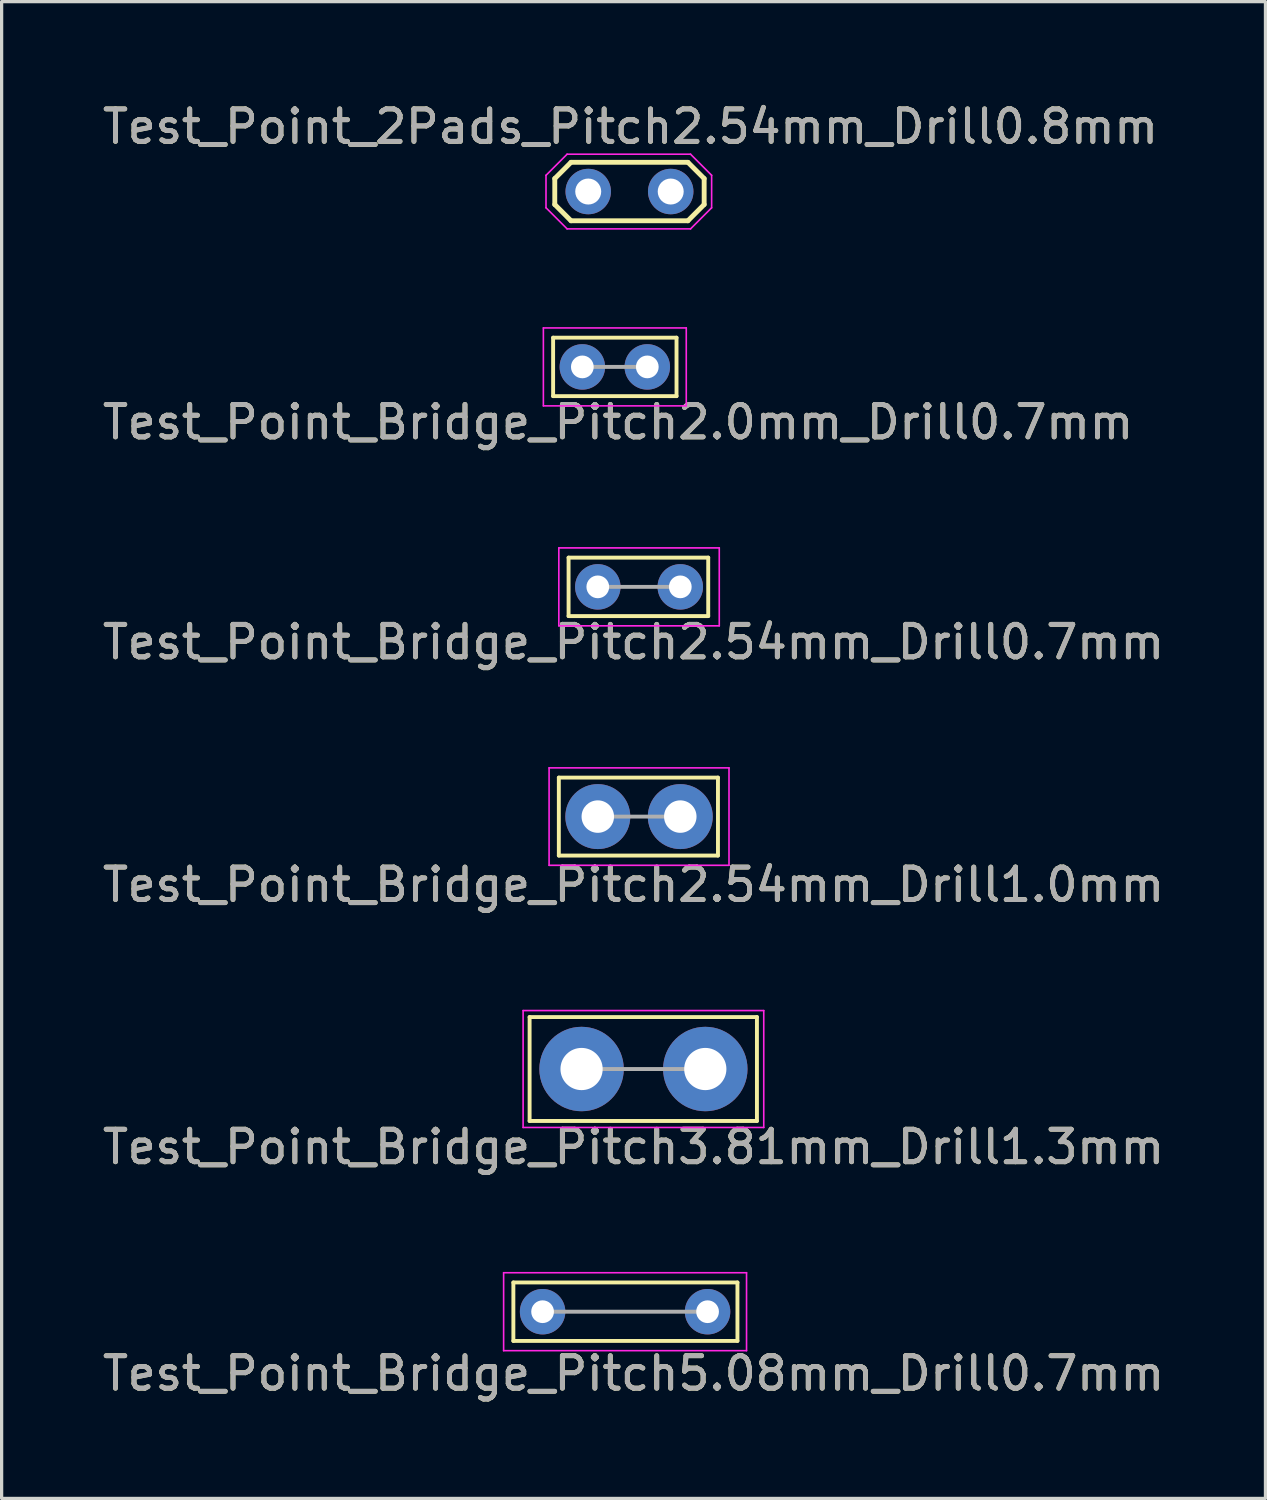
<source format=kicad_pcb>
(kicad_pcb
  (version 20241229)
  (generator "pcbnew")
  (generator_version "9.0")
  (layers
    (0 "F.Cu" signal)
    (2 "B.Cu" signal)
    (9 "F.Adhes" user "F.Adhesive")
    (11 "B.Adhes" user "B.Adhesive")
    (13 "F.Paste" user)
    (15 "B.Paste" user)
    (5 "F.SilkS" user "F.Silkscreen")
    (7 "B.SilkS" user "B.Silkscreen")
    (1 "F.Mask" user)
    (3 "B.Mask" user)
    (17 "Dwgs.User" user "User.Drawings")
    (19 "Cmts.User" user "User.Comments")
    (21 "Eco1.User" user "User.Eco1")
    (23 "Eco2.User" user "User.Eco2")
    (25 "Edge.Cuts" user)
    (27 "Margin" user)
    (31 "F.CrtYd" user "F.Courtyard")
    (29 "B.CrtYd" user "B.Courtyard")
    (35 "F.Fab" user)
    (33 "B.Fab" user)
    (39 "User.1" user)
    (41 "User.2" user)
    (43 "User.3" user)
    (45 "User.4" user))
  (footprint "Test_Point_Bridge_Pitch2.54mm_Drill0.7mm"
    (layer "F.Cu")
    (at 15.358 15.021)
    (property "Reference" "Test_Point_Bridge_Pitch2.54mm_Drill0.7mm" (at 1.1 1.7 0) (layer "F.SilkS") (effects (font (size 1 1) (thickness 0.15))))
    (attr through_hole)
    (fp_line (start -0.9 -0.9) (end -0.9 0.9) (stroke (width 0.12) (type solid)) (layer "F.SilkS"))
    (fp_line (start -0.9 -0.9) (end 3.4 -0.9) (stroke (width 0.12) (type solid)) (layer "F.SilkS"))
    (fp_line (start 3.4 0.9) (end -0.9 0.9) (stroke (width 0.12) (type solid)) (layer "F.SilkS"))
    (fp_line (start 3.4 0.9) (end 3.4 -0.9) (stroke (width 0.12) (type solid)) (layer "F.SilkS"))
    (fp_line (start -1.2 -1.2) (end -1.2 1.2) (stroke (width 0.05) (type solid)) (layer "F.CrtYd"))
    (fp_line (start -1.2 -1.2) (end 3.74 -1.2) (stroke (width 0.05) (type solid)) (layer "F.CrtYd"))
    (fp_line (start 3.74 1.2) (end -1.2 1.2) (stroke (width 0.05) (type solid)) (layer "F.CrtYd"))
    (fp_line (start 3.74 1.2) (end 3.74 -1.2) (stroke (width 0.05) (type solid)) (layer "F.CrtYd"))
    (fp_line (start 2.54 0) (end 0 0) (stroke (width 0.12) (type solid)) (layer "F.Fab"))
    (fp_text user "${REFERENCE}" (at 1.1 1.7 0) (layer "F.Fab") (effects (font (size 1 1) (thickness 0.15))))
    (pad "1" thru_hole circle (at 0 0) (size 1.4 1.4) (drill 0.7) (layers "*.Cu" "*.Mask"))
    (pad "1" thru_hole circle (at 2.54 0) (size 1.4 1.4) (drill 0.7) (layers "*.Cu" "*.Mask")))
  (footprint "Test_Point_Bridge_Pitch5.08mm_Drill0.7mm"
    (layer "F.Cu")
    (at 13.658 37.341)
    (property "Reference" "Test_Point_Bridge_Pitch5.08mm_Drill0.7mm" (at 2.8 1.9 0) (layer "F.SilkS") (effects (font (size 1 1) (thickness 0.15))))
    (attr through_hole)
    (fp_line (start -0.9 -0.9) (end 6 -0.9) (stroke (width 0.12) (type solid)) (layer "F.SilkS"))
    (fp_line (start -0.9 0.9) (end -0.9 -0.9) (stroke (width 0.12) (type solid)) (layer "F.SilkS"))
    (fp_line (start 6 -0.9) (end 6 0.9) (stroke (width 0.12) (type solid)) (layer "F.SilkS"))
    (fp_line (start 6 0.9) (end -0.9 0.9) (stroke (width 0.12) (type solid)) (layer "F.SilkS"))
    (fp_line (start -1.2 -1.2) (end -1.2 1.2) (stroke (width 0.05) (type solid)) (layer "F.CrtYd"))
    (fp_line (start -1.2 -1.2) (end 6.28 -1.2) (stroke (width 0.05) (type solid)) (layer "F.CrtYd"))
    (fp_line (start 6.28 1.2) (end -1.2 1.2) (stroke (width 0.05) (type solid)) (layer "F.CrtYd"))
    (fp_line (start 6.28 1.2) (end 6.28 -1.2) (stroke (width 0.05) (type solid)) (layer "F.CrtYd"))
    (fp_line (start 5.08 0) (end 0 0) (stroke (width 0.12) (type solid)) (layer "F.Fab"))
    (fp_text user "${REFERENCE}" (at 2.8 1.9 0) (layer "F.Fab") (effects (font (size 1 1) (thickness 0.15))))
    (pad "1" thru_hole circle (at 0 0) (size 1.4 1.4) (drill 0.7) (layers "*.Cu" "*.Mask"))
    (pad "1" thru_hole circle (at 5.08 0) (size 1.4 1.4) (drill 0.7) (layers "*.Cu" "*.Mask")))
  (footprint "Test_Point_2Pads_Pitch2.54mm_Drill0.8mm"
    (layer "F.Cu")
    (at 15.063 2.848)
    (property "Reference" "Test_Point_2Pads_Pitch2.54mm_Drill0.8mm" (at 1.3 -2 0) (layer "F.SilkS") (effects (font (size 1 1) (thickness 0.15))))
    (attr exclude_from_pos_files exclude_from_bom)
    (fp_line (start -1.03 -0.4) (end -0.53 -0.9) (stroke (width 0.15) (type solid)) (layer "F.SilkS"))
    (fp_line (start -1.03 0.4) (end -1.03 -0.4) (stroke (width 0.15) (type solid)) (layer "F.SilkS"))
    (fp_line (start -0.53 -0.9) (end 3.07 -0.9) (stroke (width 0.15) (type solid)) (layer "F.SilkS"))
    (fp_line (start -0.53 0.9) (end -1.03 0.4) (stroke (width 0.15) (type solid)) (layer "F.SilkS"))
    (fp_line (start 3.07 -0.9) (end 3.57 -0.4) (stroke (width 0.15) (type solid)) (layer "F.SilkS"))
    (fp_line (start 3.07 0.9) (end -0.53 0.9) (stroke (width 0.15) (type solid)) (layer "F.SilkS"))
    (fp_line (start 3.57 -0.4) (end 3.57 0.4) (stroke (width 0.15) (type solid)) (layer "F.SilkS"))
    (fp_line (start 3.57 0.4) (end 3.07 0.9) (stroke (width 0.15) (type solid)) (layer "F.SilkS"))
    (fp_line (start -1.3 -0.5) (end -1.3 0.5) (stroke (width 0.05) (type solid)) (layer "F.CrtYd"))
    (fp_line (start -1.3 0.5) (end -0.65 1.15) (stroke (width 0.05) (type solid)) (layer "F.CrtYd"))
    (fp_line (start -0.65 -1.15) (end -1.3 -0.5) (stroke (width 0.05) (type solid)) (layer "F.CrtYd"))
    (fp_line (start -0.65 1.15) (end 3.15 1.15) (stroke (width 0.05) (type solid)) (layer "F.CrtYd"))
    (fp_line (start 3.15 -1.15) (end -0.65 -1.15) (stroke (width 0.05) (type solid)) (layer "F.CrtYd"))
    (fp_line (start 3.15 1.15) (end 3.8 0.5) (stroke (width 0.05) (type solid)) (layer "F.CrtYd"))
    (fp_line (start 3.8 -0.5) (end 3.15 -1.15) (stroke (width 0.05) (type solid)) (layer "F.CrtYd"))
    (fp_line (start 3.8 0.5) (end 3.8 -0.5) (stroke (width 0.05) (type solid)) (layer "F.CrtYd"))
    (fp_text user "${REFERENCE}" (at 1.3 -2 0) (layer "F.Fab") (effects (font (size 1 1) (thickness 0.15))))
    (pad "1" thru_hole circle (at 0 0) (size 1.4 1.4) (drill 0.8) (layers "*.Cu" "*.Mask"))
    (pad "2" thru_hole circle (at 2.54 0) (size 1.4 1.4) (drill 0.8) (layers "*.Cu" "*.Mask")))
  (footprint "Test_Point_Bridge_Pitch2.0mm_Drill0.7mm"
    (layer "F.Cu")
    (at 14.882 8.248)
    (property "Reference" "Test_Point_Bridge_Pitch2.0mm_Drill0.7mm" (at 1.1 1.7 0) (layer "F.SilkS") (effects (font (size 1 1) (thickness 0.15))))
    (attr through_hole)
    (fp_line (start -0.9 -0.9) (end -0.9 0.9) (stroke (width 0.12) (type solid)) (layer "F.SilkS"))
    (fp_line (start -0.9 0.9) (end 2.9 0.9) (stroke (width 0.12) (type solid)) (layer "F.SilkS"))
    (fp_line (start 2.9 -0.9) (end -0.9 -0.9) (stroke (width 0.12) (type solid)) (layer "F.SilkS"))
    (fp_line (start 2.9 0.9) (end 2.9 -0.9) (stroke (width 0.12) (type solid)) (layer "F.SilkS"))
    (fp_line (start -1.2 1.2) (end -1.2 -1.2) (stroke (width 0.05) (type solid)) (layer "F.CrtYd"))
    (fp_line (start -1.2 1.2) (end 3.2 1.2) (stroke (width 0.05) (type solid)) (layer "F.CrtYd"))
    (fp_line (start 3.2 -1.2) (end -1.2 -1.2) (stroke (width 0.05) (type solid)) (layer "F.CrtYd"))
    (fp_line (start 3.2 -1.2) (end 3.2 1.2) (stroke (width 0.05) (type solid)) (layer "F.CrtYd"))
    (fp_line (start 2 0) (end 0 0) (stroke (width 0.12) (type solid)) (layer "F.Fab"))
    (fp_text user "${REFERENCE}" (at 1.1 1.7 0) (layer "F.Fab") (effects (font (size 1 1) (thickness 0.15))))
    (pad "1" thru_hole circle (at 0 0) (size 1.4 1.4) (drill 0.7) (layers "*.Cu" "*.Mask"))
    (pad "1" thru_hole circle (at 2 0) (size 1.4 1.4) (drill 0.7) (layers "*.Cu" "*.Mask")))
  (footprint "Test_Point_Bridge_Pitch2.54mm_Drill1.0mm"
    (layer "F.Cu")
    (at 15.358 22.095)
    (property "Reference" "Test_Point_Bridge_Pitch2.54mm_Drill1.0mm" (at 1.1 2.1 0) (layer "F.SilkS") (effects (font (size 1 1) (thickness 0.15))))
    (attr through_hole)
    (fp_line (start -1.2 -1.2) (end -1.2 1.2) (stroke (width 0.12) (type solid)) (layer "F.SilkS"))
    (fp_line (start -1.2 1.2) (end 3.7 1.2) (stroke (width 0.12) (type solid)) (layer "F.SilkS"))
    (fp_line (start 3.7 -1.2) (end -1.2 -1.2) (stroke (width 0.12) (type solid)) (layer "F.SilkS"))
    (fp_line (start 3.7 1.2) (end 3.7 -1.2) (stroke (width 0.12) (type solid)) (layer "F.SilkS"))
    (fp_line (start -1.5 -1.5) (end -1.5 1.5) (stroke (width 0.05) (type solid)) (layer "F.CrtYd"))
    (fp_line (start -1.5 -1.5) (end 4.04 -1.5) (stroke (width 0.05) (type solid)) (layer "F.CrtYd"))
    (fp_line (start 4.04 1.5) (end -1.5 1.5) (stroke (width 0.05) (type solid)) (layer "F.CrtYd"))
    (fp_line (start 4.04 1.5) (end 4.04 -1.5) (stroke (width 0.05) (type solid)) (layer "F.CrtYd"))
    (fp_line (start 2.54 0) (end 0 0) (stroke (width 0.12) (type solid)) (layer "F.Fab"))
    (fp_text user "${REFERENCE}" (at 1.1 2.1 0) (layer "F.Fab") (effects (font (size 1 1) (thickness 0.15))))
    (pad "1" thru_hole circle (at 0 0) (size 2 2) (drill 1) (layers "*.Cu" "*.Mask"))
    (pad "1" thru_hole circle (at 2.54 0) (size 2 2) (drill 1) (layers "*.Cu" "*.Mask")))
  (footprint "Test_Point_Bridge_Pitch3.81mm_Drill1.3mm"
    (layer "F.Cu")
    (at 14.858 29.868)
    (property "Reference" "Test_Point_Bridge_Pitch3.81mm_Drill1.3mm" (at 1.6 2.4 0) (layer "F.SilkS") (effects (font (size 1 1) (thickness 0.15))))
    (attr through_hole)
    (fp_line (start -1.6 -1.6) (end 5.4 -1.6) (stroke (width 0.12) (type solid)) (layer "F.SilkS"))
    (fp_line (start -1.6 1.6) (end -1.6 -1.6) (stroke (width 0.12) (type solid)) (layer "F.SilkS"))
    (fp_line (start 5.4 -1.6) (end 5.4 1.6) (stroke (width 0.12) (type solid)) (layer "F.SilkS"))
    (fp_line (start 5.4 1.6) (end -1.6 1.6) (stroke (width 0.12) (type solid)) (layer "F.SilkS"))
    (fp_line (start -1.8 -1.8) (end -1.8 1.8) (stroke (width 0.05) (type solid)) (layer "F.CrtYd"))
    (fp_line (start -1.8 -1.8) (end 5.61 -1.8) (stroke (width 0.05) (type solid)) (layer "F.CrtYd"))
    (fp_line (start 5.61 1.8) (end -1.8 1.8) (stroke (width 0.05) (type solid)) (layer "F.CrtYd"))
    (fp_line (start 5.61 1.8) (end 5.61 -1.8) (stroke (width 0.05) (type solid)) (layer "F.CrtYd"))
    (fp_line (start 3.81 0) (end 0 0) (stroke (width 0.12) (type solid)) (layer "F.Fab"))
    (fp_text user "${REFERENCE}" (at 1.6 2.4 0) (layer "F.Fab") (effects (font (size 1 1) (thickness 0.15))))
    (pad "1" thru_hole circle (at 0 0) (size 2.6 2.6) (drill 1.3) (layers "*.Cu" "*.Mask"))
    (pad "1" thru_hole circle (at 3.81 0) (size 2.6 2.6) (drill 1.3) (layers "*.Cu" "*.Mask")))
  (gr_rect
    (start -3 -3)
    (end 35.917 43.09)
    (stroke (width 0.1) (type default))
    (fill no)
    (layer "Edge.Cuts")))
</source>
